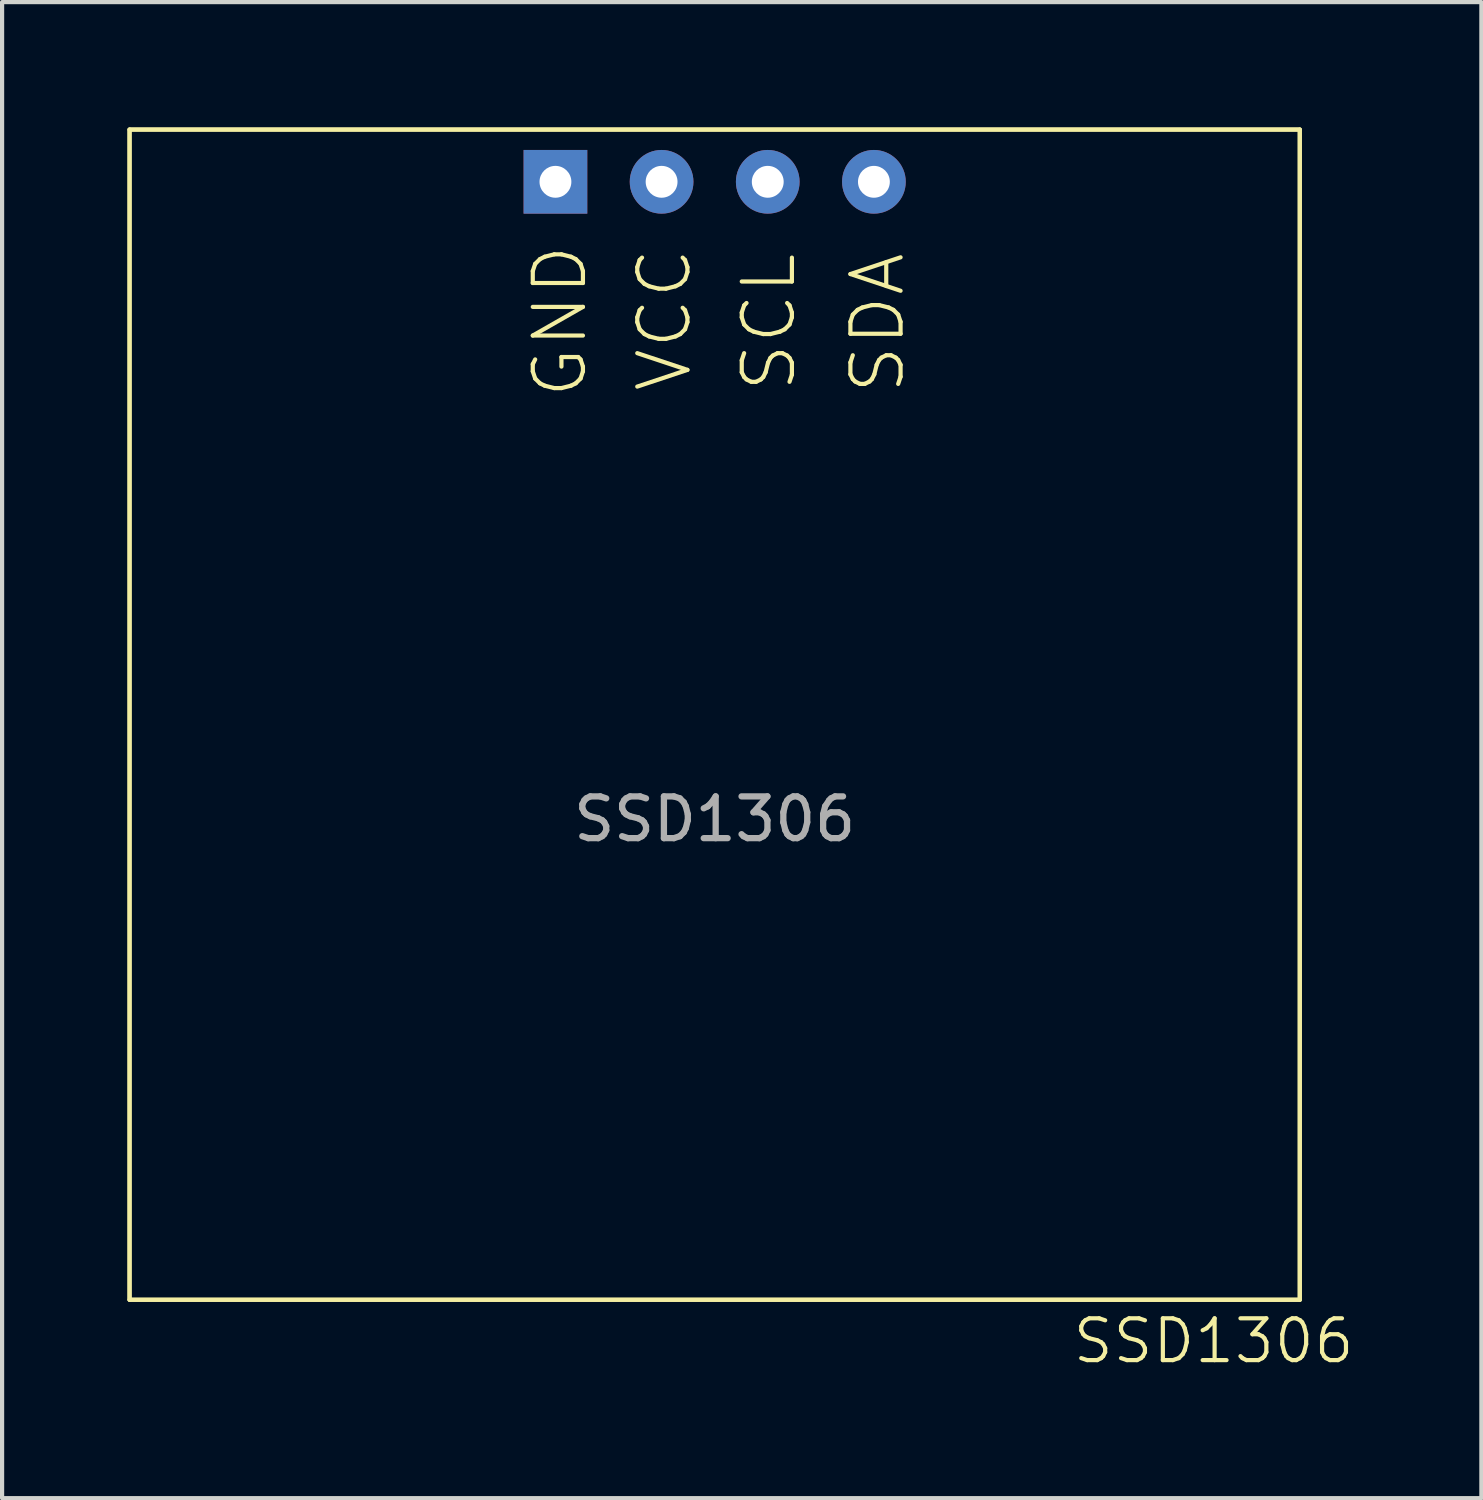
<source format=kicad_pcb>
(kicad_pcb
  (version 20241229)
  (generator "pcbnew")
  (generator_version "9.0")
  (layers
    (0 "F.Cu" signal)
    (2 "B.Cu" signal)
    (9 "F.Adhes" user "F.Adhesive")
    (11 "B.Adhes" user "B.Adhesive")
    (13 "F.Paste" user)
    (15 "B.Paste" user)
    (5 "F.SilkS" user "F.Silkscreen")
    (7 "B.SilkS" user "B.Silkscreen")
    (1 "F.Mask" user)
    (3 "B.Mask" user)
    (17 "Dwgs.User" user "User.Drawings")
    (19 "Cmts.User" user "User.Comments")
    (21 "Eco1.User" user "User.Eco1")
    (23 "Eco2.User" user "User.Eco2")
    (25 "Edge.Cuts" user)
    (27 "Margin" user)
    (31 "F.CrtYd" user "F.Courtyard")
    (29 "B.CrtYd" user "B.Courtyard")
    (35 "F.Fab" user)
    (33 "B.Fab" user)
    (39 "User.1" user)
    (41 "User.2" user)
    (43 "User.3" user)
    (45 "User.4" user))
  (footprint "SSD1306"
    (layer "F.Cu")
    (at 14.05 14.05)
    (property "Reference" "SSD1306" (at 11.938 14.986 0) (unlocked yes) (layer "F.SilkS") (effects (font (size 1 1) (thickness 0.1))))
    (attr smd)
    (fp_line (start -14 -14) (end 14 -14) (stroke (width 0.1) (type default)) (layer "F.SilkS"))
    (fp_line (start -14 14) (end -14 -14) (stroke (width 0.1) (type default)) (layer "F.SilkS"))
    (fp_line (start 14 -14) (end 14 14) (stroke (width 0.1) (type default)) (layer "F.SilkS"))
    (fp_line (start 14 14) (end -14 14) (stroke (width 0.1) (type default)) (layer "F.SilkS"))
    (fp_rect (start -14 -14) (end 14 14) (stroke (width 0.1) (type default)) (fill no) (layer "F.SilkS"))
    (fp_text user "VCC" (at -0.5 -7.67 90) (unlocked yes) (layer "F.SilkS") (effects (font (size 1.2 1.2) (thickness 0.1)) (justify left bottom)))
    (fp_text user "SCL" (at 2 -7.67 90) (unlocked yes) (layer "F.SilkS") (effects (font (size 1.2 1.2) (thickness 0.1)) (justify left bottom)))
    (fp_text user "SDA" (at 4.6 -7.62 90) (unlocked yes) (layer "F.SilkS") (effects (font (size 1.2 1.2) (thickness 0.1)) (justify left bottom)))
    (fp_text user "GND" (at -3 -7.52 90) (unlocked yes) (layer "F.SilkS") (effects (font (size 1.2 1.2) (thickness 0.1)) (justify left bottom)))
    (fp_text user "${REFERENCE}" (at 0 2.5 0) (unlocked yes) (layer "F.Fab") (effects (font (size 1 1) (thickness 0.15))))
    (pad "1" thru_hole rect (at -3.81 -12.75) (size 1.524 1.524) (drill 0.762) (layers "*.Cu" "*.Mask"))
    (pad "2" thru_hole circle (at -1.27 -12.75) (size 1.524 1.524) (drill 0.762) (layers "*.Cu" "*.Mask"))
    (pad "3" thru_hole circle (at 1.27 -12.75) (size 1.524 1.524) (drill 0.762) (layers "*.Cu" "*.Mask"))
    (pad "4" thru_hole circle (at 3.81 -12.75) (size 1.524 1.524) (drill 0.762) (layers "*.Cu" "*.Mask"))
    (zone (net_name "") (layer "F.SilkS") (hatch edge 0.5) (connect_pads) (min_thickness 0.25) (filled_areas_thickness no) (keepout (tracks allowed) (vias allowed) (pads not_allowed) (copperpour allowed) (footprints not_allowed)) (placement (enabled no)) (fill) (polygon (pts (xy 0.05 0.05) (xy 28.05 0.05) (xy 28.05 28.05) (xy 0.05 28.05)))))
  (gr_rect
    (start -3 -3)
    (end 32.395 32.797)
    (stroke (width 0.1) (type default))
    (fill no)
    (layer "Edge.Cuts")))
</source>
